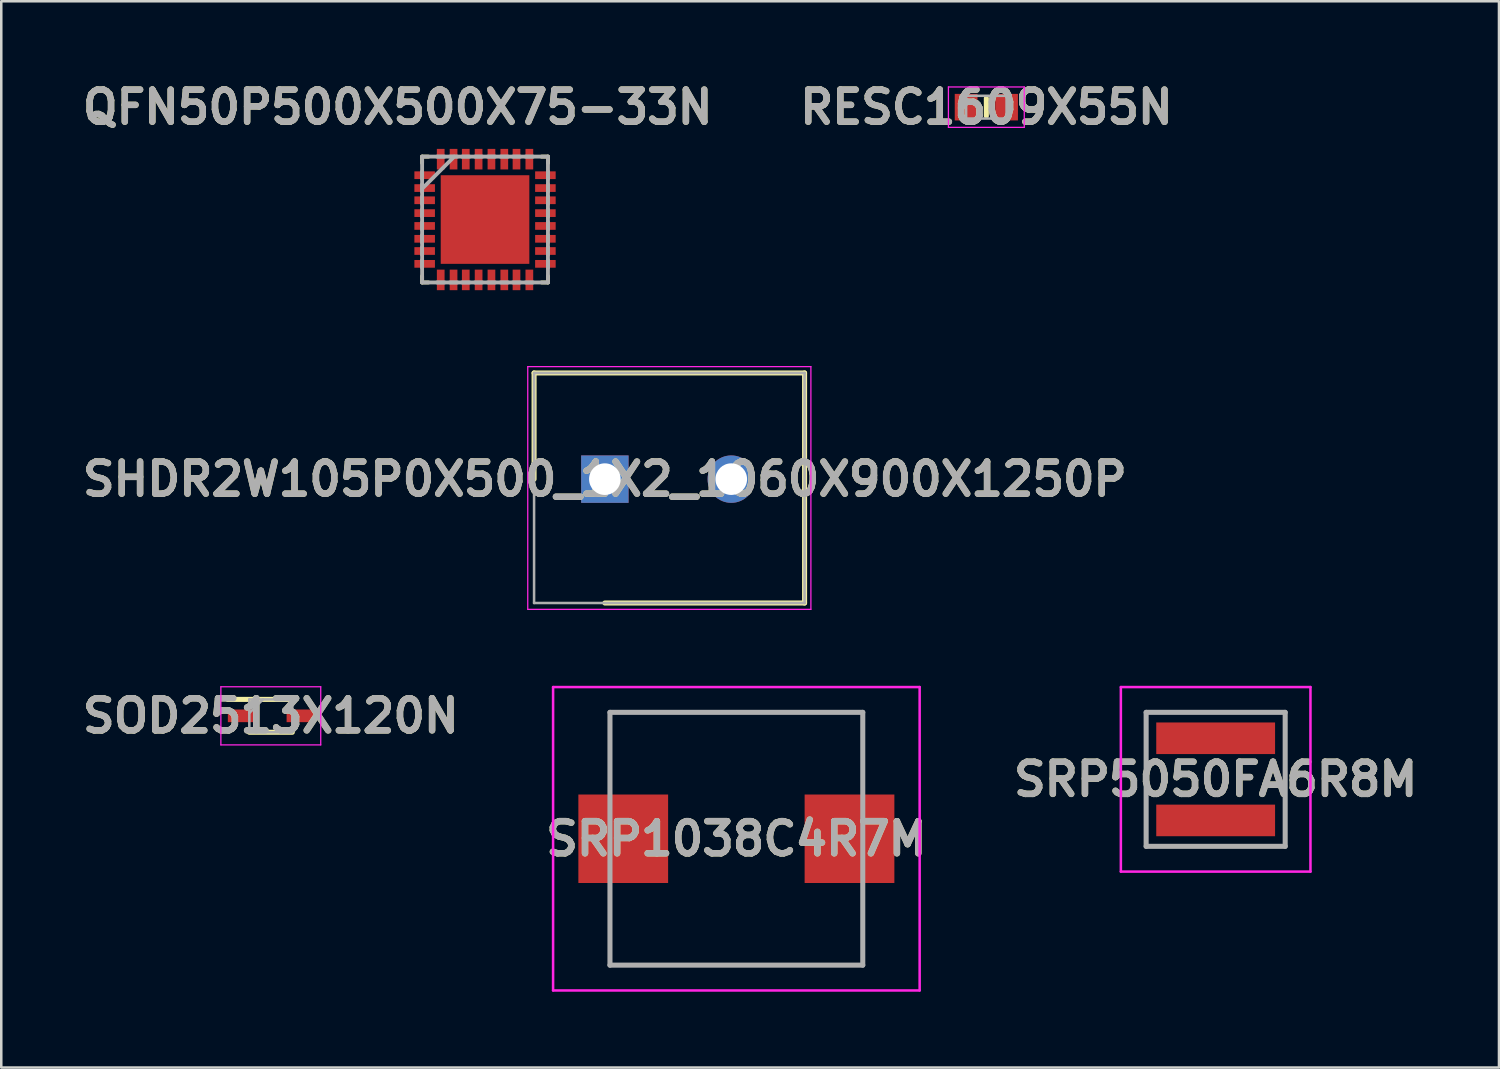
<source format=kicad_pcb>
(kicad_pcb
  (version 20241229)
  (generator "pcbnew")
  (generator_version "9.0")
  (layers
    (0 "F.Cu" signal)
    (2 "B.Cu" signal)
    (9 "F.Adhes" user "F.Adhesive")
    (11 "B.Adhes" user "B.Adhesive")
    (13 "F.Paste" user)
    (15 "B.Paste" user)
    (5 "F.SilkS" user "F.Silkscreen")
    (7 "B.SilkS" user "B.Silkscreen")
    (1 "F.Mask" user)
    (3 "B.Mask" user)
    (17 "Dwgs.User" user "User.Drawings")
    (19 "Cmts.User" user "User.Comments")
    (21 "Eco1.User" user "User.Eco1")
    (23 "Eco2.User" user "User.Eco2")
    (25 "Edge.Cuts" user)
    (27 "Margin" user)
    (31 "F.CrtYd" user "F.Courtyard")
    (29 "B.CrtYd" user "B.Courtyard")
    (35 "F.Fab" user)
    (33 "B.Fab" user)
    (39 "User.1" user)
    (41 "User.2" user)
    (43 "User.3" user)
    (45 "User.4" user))
  (footprint "SHDR2W105P0X500_1X2_1060X900X1250P"
    (layer "F.Cu")
    (at 20.876 15.903)
    (property "Reference" "SHDR2W105P0X500_1X2_1060X900X1250P" (at 0 0 0) (layer "F.SilkS") (effects (font (size 1.27 1.27) (thickness 0.254))))
    (attr through_hole)
    (fp_line (start -2.8 -4.2) (end -2.8 0) (stroke (width 0.2) (type solid)) (layer "F.SilkS"))
    (fp_line (start 0 4.9) (end 7.9 4.9) (stroke (width 0.2) (type solid)) (layer "F.SilkS"))
    (fp_line (start 7.9 -4.2) (end -2.8 -4.2) (stroke (width 0.2) (type solid)) (layer "F.SilkS"))
    (fp_line (start 7.9 4.9) (end 7.9 -4.2) (stroke (width 0.2) (type solid)) (layer "F.SilkS"))
    (fp_line (start -3.05 -4.45) (end 8.15 -4.45) (stroke (width 0.05) (type solid)) (layer "F.CrtYd"))
    (fp_line (start -3.05 5.15) (end -3.05 -4.45) (stroke (width 0.05) (type solid)) (layer "F.CrtYd"))
    (fp_line (start 8.15 -4.45) (end 8.15 5.15) (stroke (width 0.05) (type solid)) (layer "F.CrtYd"))
    (fp_line (start 8.15 5.15) (end -3.05 5.15) (stroke (width 0.05) (type solid)) (layer "F.CrtYd"))
    (fp_line (start -2.8 -4.2) (end 7.9 -4.2) (stroke (width 0.1) (type solid)) (layer "F.Fab"))
    (fp_line (start -2.8 4.9) (end -2.8 -4.2) (stroke (width 0.1) (type solid)) (layer "F.Fab"))
    (fp_line (start 7.9 -4.2) (end 7.9 4.9) (stroke (width 0.1) (type solid)) (layer "F.Fab"))
    (fp_line (start 7.9 4.9) (end -2.8 4.9) (stroke (width 0.1) (type solid)) (layer "F.Fab"))
    (fp_text user "${REFERENCE}" (at 0 0 0) (layer "F.Fab") (effects (font (size 1.27 1.27) (thickness 0.254))))
    (pad "1" thru_hole rect (at 0 0) (size 1.875 1.875) (drill 1.25) (layers "*.Cu" "*.Mask"))
    (pad "2" thru_hole circle (at 5 0) (size 1.875 1.875) (drill 1.25) (layers "*.Cu" "*.Mask")))
  (footprint "SOD2513X120N"
    (layer "F.Cu")
    (at 7.662 25.266)
    (property "Reference" "SOD2513X120N" (at 0 0 0) (layer "F.SilkS") (effects (font (size 1.27 1.27) (thickness 0.254))))
    (attr smd)
    (fp_line (start -1.7 -0.65) (end 0.85 -0.65) (stroke (width 0.2) (type solid)) (layer "F.SilkS"))
    (fp_line (start -0.85 0.65) (end 0.85 0.65) (stroke (width 0.2) (type solid)) (layer "F.SilkS"))
    (fp_line (start -1.975 -1.15) (end 1.975 -1.15) (stroke (width 0.05) (type solid)) (layer "F.CrtYd"))
    (fp_line (start -1.975 1.15) (end -1.975 -1.15) (stroke (width 0.05) (type solid)) (layer "F.CrtYd"))
    (fp_line (start 1.975 -1.15) (end 1.975 1.15) (stroke (width 0.05) (type solid)) (layer "F.CrtYd"))
    (fp_line (start 1.975 1.15) (end -1.975 1.15) (stroke (width 0.05) (type solid)) (layer "F.CrtYd"))
    (fp_line (start -0.85 -0.65) (end 0.85 -0.65) (stroke (width 0.1) (type solid)) (layer "F.Fab"))
    (fp_line (start -0.85 -0.112) (end -0.312 -0.65) (stroke (width 0.1) (type solid)) (layer "F.Fab"))
    (fp_line (start -0.85 0.65) (end -0.85 -0.65) (stroke (width 0.1) (type solid)) (layer "F.Fab"))
    (fp_line (start 0.85 -0.65) (end 0.85 0.65) (stroke (width 0.1) (type solid)) (layer "F.Fab"))
    (fp_line (start 0.85 0.65) (end -0.85 0.65) (stroke (width 0.1) (type solid)) (layer "F.Fab"))
    (fp_text user "${REFERENCE}" (at 0 0 0) (layer "F.Fab") (effects (font (size 1.27 1.27) (thickness 0.254))))
    (pad "1" smd rect (at -1.162 0 90) (size 0.5 1.075) (layers "F.Cu" "F.Mask" "F.Paste"))
    (pad "2" smd rect (at 1.162 0 90) (size 0.5 1.075) (layers "F.Cu" "F.Mask" "F.Paste")))
  (footprint "SRP5050FA6R8M"
    (layer "F.Cu")
    (at 45.037 27.778)
    (property "Reference" "SRP5050FA6R8M" (at 0 0 0) (layer "F.SilkS") (effects (font (size 1.27 1.27) (thickness 0.254))))
    (attr smd)
    (fp_line (start -2.75 -2.65) (end 2.75 -2.65) (stroke (width 0.1) (type solid)) (layer "F.SilkS"))
    (fp_line (start -2.75 2.65) (end -2.75 -2.65) (stroke (width 0.1) (type solid)) (layer "F.SilkS"))
    (fp_line (start 2.75 -2.65) (end 2.75 2.65) (stroke (width 0.1) (type solid)) (layer "F.SilkS"))
    (fp_line (start 2.75 2.65) (end -2.75 2.65) (stroke (width 0.1) (type solid)) (layer "F.SilkS"))
    (fp_line (start -3.75 -3.65) (end 3.75 -3.65) (stroke (width 0.1) (type solid)) (layer "F.CrtYd"))
    (fp_line (start -3.75 3.65) (end -3.75 -3.65) (stroke (width 0.1) (type solid)) (layer "F.CrtYd"))
    (fp_line (start 3.75 -3.65) (end 3.75 3.65) (stroke (width 0.1) (type solid)) (layer "F.CrtYd"))
    (fp_line (start 3.75 3.65) (end -3.75 3.65) (stroke (width 0.1) (type solid)) (layer "F.CrtYd"))
    (fp_line (start -2.75 -2.65) (end 2.75 -2.65) (stroke (width 0.2) (type solid)) (layer "F.Fab"))
    (fp_line (start -2.75 2.65) (end -2.75 -2.65) (stroke (width 0.2) (type solid)) (layer "F.Fab"))
    (fp_line (start 2.75 -2.65) (end 2.75 2.65) (stroke (width 0.2) (type solid)) (layer "F.Fab"))
    (fp_line (start 2.75 2.65) (end -2.75 2.65) (stroke (width 0.2) (type solid)) (layer "F.Fab"))
    (fp_text user "${REFERENCE}" (at 0 0 0) (layer "F.Fab") (effects (font (size 1.27 1.27) (thickness 0.254))))
    (pad "1" smd rect (at 0 -1.625 90) (size 1.25 4.7) (layers "F.Cu" "F.Mask" "F.Paste"))
    (pad "2" smd rect (at 0 1.625 90) (size 1.25 4.7) (layers "F.Cu" "F.Mask" "F.Paste")))
  (footprint "QFN50P500X500X75-33N"
    (layer "F.Cu")
    (at 16.136 5.634)
    (property "Reference" "QFN50P500X500X75-33N" (at -3.454 -4.445 0) (layer "F.SilkS") (effects (font (size 1.27 1.27) (thickness 0.254))))
    (attr smd)
    (fp_line (start -2.489 -2.489) (end -2.489 -2.235) (stroke (width 0.152) (type solid)) (layer "F.SilkS"))
    (fp_line (start -2.489 2.235) (end -2.489 2.489) (stroke (width 0.152) (type solid)) (layer "F.SilkS"))
    (fp_line (start -2.489 2.489) (end -2.235 2.489) (stroke (width 0.152) (type solid)) (layer "F.SilkS"))
    (fp_line (start -2.235 -2.489) (end -2.489 -2.489) (stroke (width 0.152) (type solid)) (layer "F.SilkS"))
    (fp_line (start 2.235 2.489) (end 2.489 2.489) (stroke (width 0.152) (type solid)) (layer "F.SilkS"))
    (fp_line (start 2.489 -2.489) (end 2.235 -2.489) (stroke (width 0.152) (type solid)) (layer "F.SilkS"))
    (fp_line (start 2.489 -2.235) (end 2.489 -2.489) (stroke (width 0.152) (type solid)) (layer "F.SilkS"))
    (fp_line (start 2.489 2.489) (end 2.489 2.235) (stroke (width 0.152) (type solid)) (layer "F.SilkS"))
    (fp_line (start -2.489 -2.489) (end -2.489 2.489) (stroke (width 0.152) (type solid)) (layer "F.Fab"))
    (fp_line (start -2.489 -1.905) (end -2.489 -1.6) (stroke (width 0.152) (type solid)) (layer "F.Fab"))
    (fp_line (start -2.489 -1.397) (end -2.489 -1.092) (stroke (width 0.152) (type solid)) (layer "F.Fab"))
    (fp_line (start -2.489 -1.219) (end -1.219 -2.489) (stroke (width 0.152) (type solid)) (layer "F.Fab"))
    (fp_line (start -2.489 -0.914) (end -2.489 -0.61) (stroke (width 0.152) (type solid)) (layer "F.Fab"))
    (fp_line (start -2.489 -0.406) (end -2.489 -0.102) (stroke (width 0.152) (type solid)) (layer "F.Fab"))
    (fp_line (start -2.489 0.102) (end -2.489 0.406) (stroke (width 0.152) (type solid)) (layer "F.Fab"))
    (fp_line (start -2.489 0.61) (end -2.489 0.914) (stroke (width 0.152) (type solid)) (layer "F.Fab"))
    (fp_line (start -2.489 1.092) (end -2.489 1.397) (stroke (width 0.152) (type solid)) (layer "F.Fab"))
    (fp_line (start -2.489 1.6) (end -2.489 1.905) (stroke (width 0.152) (type solid)) (layer "F.Fab"))
    (fp_line (start -2.489 2.489) (end 2.489 2.489) (stroke (width 0.152) (type solid)) (layer "F.Fab"))
    (fp_line (start -1.905 2.489) (end -1.6 2.489) (stroke (width 0.152) (type solid)) (layer "F.Fab"))
    (fp_line (start -1.6 -2.489) (end -1.905 -2.489) (stroke (width 0.152) (type solid)) (layer "F.Fab"))
    (fp_line (start -1.397 2.489) (end -1.092 2.489) (stroke (width 0.152) (type solid)) (layer "F.Fab"))
    (fp_line (start -1.092 -2.489) (end -1.397 -2.489) (stroke (width 0.152) (type solid)) (layer "F.Fab"))
    (fp_line (start -0.914 2.489) (end -0.61 2.489) (stroke (width 0.152) (type solid)) (layer "F.Fab"))
    (fp_line (start -0.61 -2.489) (end -0.914 -2.489) (stroke (width 0.152) (type solid)) (layer "F.Fab"))
    (fp_line (start -0.406 2.489) (end -0.102 2.489) (stroke (width 0.152) (type solid)) (layer "F.Fab"))
    (fp_line (start -0.102 -2.489) (end -0.406 -2.489) (stroke (width 0.152) (type solid)) (layer "F.Fab"))
    (fp_line (start 0.102 2.489) (end 0.406 2.489) (stroke (width 0.152) (type solid)) (layer "F.Fab"))
    (fp_line (start 0.406 -2.489) (end 0.102 -2.489) (stroke (width 0.152) (type solid)) (layer "F.Fab"))
    (fp_line (start 0.61 2.489) (end 0.914 2.489) (stroke (width 0.152) (type solid)) (layer "F.Fab"))
    (fp_line (start 0.914 -2.489) (end 0.61 -2.489) (stroke (width 0.152) (type solid)) (layer "F.Fab"))
    (fp_line (start 1.092 2.489) (end 1.397 2.489) (stroke (width 0.152) (type solid)) (layer "F.Fab"))
    (fp_line (start 1.397 -2.489) (end 1.092 -2.489) (stroke (width 0.152) (type solid)) (layer "F.Fab"))
    (fp_line (start 1.6 2.489) (end 1.905 2.489) (stroke (width 0.152) (type solid)) (layer "F.Fab"))
    (fp_line (start 1.905 -2.489) (end 1.6 -2.489) (stroke (width 0.152) (type solid)) (layer "F.Fab"))
    (fp_line (start 2.489 -2.489) (end -2.489 -2.489) (stroke (width 0.152) (type solid)) (layer "F.Fab"))
    (fp_line (start 2.489 -1.6) (end 2.489 -1.905) (stroke (width 0.152) (type solid)) (layer "F.Fab"))
    (fp_line (start 2.489 -1.092) (end 2.489 -1.397) (stroke (width 0.152) (type solid)) (layer "F.Fab"))
    (fp_line (start 2.489 -0.61) (end 2.489 -0.914) (stroke (width 0.152) (type solid)) (layer "F.Fab"))
    (fp_line (start 2.489 -0.102) (end 2.489 -0.406) (stroke (width 0.152) (type solid)) (layer "F.Fab"))
    (fp_line (start 2.489 0.406) (end 2.489 0.102) (stroke (width 0.152) (type solid)) (layer "F.Fab"))
    (fp_line (start 2.489 0.914) (end 2.489 0.61) (stroke (width 0.152) (type solid)) (layer "F.Fab"))
    (fp_line (start 2.489 1.397) (end 2.489 1.092) (stroke (width 0.152) (type solid)) (layer "F.Fab"))
    (fp_line (start 2.489 1.905) (end 2.489 1.6) (stroke (width 0.152) (type solid)) (layer "F.Fab"))
    (fp_line (start 2.489 2.489) (end 2.489 -2.489) (stroke (width 0.152) (type solid)) (layer "F.Fab"))
    (fp_text user "${REFERENCE}" (at -3.454 -4.445 0) (layer "F.Fab") (effects (font (size 1.27 1.27) (thickness 0.254))))
    (pad "1" smd rect (at -2.388 -1.753 90) (size 0.305 0.813) (layers "F.Cu" "F.Mask" "F.Paste"))
    (pad "2" smd rect (at -2.388 -1.245 90) (size 0.305 0.813) (layers "F.Cu" "F.Mask" "F.Paste"))
    (pad "3" smd rect (at -2.388 -0.762 90) (size 0.305 0.813) (layers "F.Cu" "F.Mask" "F.Paste"))
    (pad "4" smd rect (at -2.388 -0.254 90) (size 0.305 0.813) (layers "F.Cu" "F.Mask" "F.Paste"))
    (pad "5" smd rect (at -2.388 0.254 90) (size 0.305 0.813) (layers "F.Cu" "F.Mask" "F.Paste"))
    (pad "6" smd rect (at -2.388 0.762 90) (size 0.305 0.813) (layers "F.Cu" "F.Mask" "F.Paste"))
    (pad "7" smd rect (at -2.388 1.245 90) (size 0.305 0.813) (layers "F.Cu" "F.Mask" "F.Paste"))
    (pad "8" smd rect (at -2.388 1.753 90) (size 0.305 0.813) (layers "F.Cu" "F.Mask" "F.Paste"))
    (pad "9" smd rect (at -1.753 2.388) (size 0.305 0.813) (layers "F.Cu" "F.Mask" "F.Paste"))
    (pad "10" smd rect (at -1.245 2.388) (size 0.305 0.813) (layers "F.Cu" "F.Mask" "F.Paste"))
    (pad "11" smd rect (at -0.762 2.388) (size 0.305 0.813) (layers "F.Cu" "F.Mask" "F.Paste"))
    (pad "12" smd rect (at -0.254 2.388) (size 0.305 0.813) (layers "F.Cu" "F.Mask" "F.Paste"))
    (pad "13" smd rect (at 0.254 2.388) (size 0.305 0.813) (layers "F.Cu" "F.Mask" "F.Paste"))
    (pad "14" smd rect (at 0.762 2.388) (size 0.305 0.813) (layers "F.Cu" "F.Mask" "F.Paste"))
    (pad "15" smd rect (at 1.245 2.388) (size 0.305 0.813) (layers "F.Cu" "F.Mask" "F.Paste"))
    (pad "16" smd rect (at 1.753 2.388) (size 0.305 0.813) (layers "F.Cu" "F.Mask" "F.Paste"))
    (pad "17" smd rect (at 2.388 1.753 90) (size 0.305 0.813) (layers "F.Cu" "F.Mask" "F.Paste"))
    (pad "18" smd rect (at 2.388 1.245 90) (size 0.305 0.813) (layers "F.Cu" "F.Mask" "F.Paste"))
    (pad "19" smd rect (at 2.388 0.762 90) (size 0.305 0.813) (layers "F.Cu" "F.Mask" "F.Paste"))
    (pad "20" smd rect (at 2.388 0.254 90) (size 0.305 0.813) (layers "F.Cu" "F.Mask" "F.Paste"))
    (pad "21" smd rect (at 2.388 -0.254 90) (size 0.305 0.813) (layers "F.Cu" "F.Mask" "F.Paste"))
    (pad "22" smd rect (at 2.388 -0.762 90) (size 0.305 0.813) (layers "F.Cu" "F.Mask" "F.Paste"))
    (pad "23" smd rect (at 2.388 -1.245 90) (size 0.305 0.813) (layers "F.Cu" "F.Mask" "F.Paste"))
    (pad "24" smd rect (at 2.388 -1.753 90) (size 0.305 0.813) (layers "F.Cu" "F.Mask" "F.Paste"))
    (pad "25" smd rect (at 1.753 -2.388) (size 0.305 0.813) (layers "F.Cu" "F.Mask" "F.Paste"))
    (pad "26" smd rect (at 1.245 -2.388) (size 0.305 0.813) (layers "F.Cu" "F.Mask" "F.Paste"))
    (pad "27" smd rect (at 0.762 -2.388) (size 0.305 0.813) (layers "F.Cu" "F.Mask" "F.Paste"))
    (pad "28" smd rect (at 0.254 -2.388) (size 0.305 0.813) (layers "F.Cu" "F.Mask" "F.Paste"))
    (pad "29" smd rect (at -0.254 -2.388) (size 0.305 0.813) (layers "F.Cu" "F.Mask" "F.Paste"))
    (pad "30" smd rect (at -0.762 -2.388) (size 0.305 0.813) (layers "F.Cu" "F.Mask" "F.Paste"))
    (pad "31" smd rect (at -1.245 -2.388) (size 0.305 0.813) (layers "F.Cu" "F.Mask" "F.Paste"))
    (pad "32" smd rect (at -1.753 -2.388) (size 0.305 0.813) (layers "F.Cu" "F.Mask" "F.Paste"))
    (pad "33" smd rect (at 0 0 90) (size 3.505 3.505) (layers "F.Cu" "F.Mask" "F.Paste")))
  (footprint "RESC1609X55N"
    (layer "F.Cu")
    (at 35.966 1.189)
    (property "Reference" "RESC1609X55N" (at 0 0 0) (layer "F.SilkS") (effects (font (size 1.27 1.27) (thickness 0.254))))
    (attr smd)
    (fp_line (start 0 -0.35) (end 0 0.35) (stroke (width 0.2) (type solid)) (layer "F.SilkS"))
    (fp_line (start -1.5 -0.8) (end 1.5 -0.8) (stroke (width 0.05) (type solid)) (layer "F.CrtYd"))
    (fp_line (start -1.5 0.8) (end -1.5 -0.8) (stroke (width 0.05) (type solid)) (layer "F.CrtYd"))
    (fp_line (start 1.5 -0.8) (end 1.5 0.8) (stroke (width 0.05) (type solid)) (layer "F.CrtYd"))
    (fp_line (start 1.5 0.8) (end -1.5 0.8) (stroke (width 0.05) (type solid)) (layer "F.CrtYd"))
    (fp_line (start -0.8 -0.45) (end 0.8 -0.45) (stroke (width 0.1) (type solid)) (layer "F.Fab"))
    (fp_line (start -0.8 0.45) (end -0.8 -0.45) (stroke (width 0.1) (type solid)) (layer "F.Fab"))
    (fp_line (start 0.8 -0.45) (end 0.8 0.45) (stroke (width 0.1) (type solid)) (layer "F.Fab"))
    (fp_line (start 0.8 0.45) (end -0.8 0.45) (stroke (width 0.1) (type solid)) (layer "F.Fab"))
    (fp_text user "${REFERENCE}" (at 0 0 0) (layer "F.Fab") (effects (font (size 1.27 1.27) (thickness 0.254))))
    (pad "1" smd rect (at -0.8 0) (size 0.9 1.05) (layers "F.Cu" "F.Mask" "F.Paste"))
    (pad "2" smd rect (at 0.8 0) (size 0.9 1.05) (layers "F.Cu" "F.Mask" "F.Paste")))
  (footprint "SRP1038C4R7M"
    (layer "F.Cu")
    (at 26.078 30.128)
    (property "Reference" "SRP1038C4R7M" (at 0 0 0) (layer "F.SilkS") (effects (font (size 1.27 1.27) (thickness 0.254))))
    (attr smd)
    (fp_line (start -5 -5) (end 5 -5) (stroke (width 0.1) (type solid)) (layer "F.SilkS"))
    (fp_line (start -5 -2) (end -5 -5) (stroke (width 0.1) (type solid)) (layer "F.SilkS"))
    (fp_line (start -5 2) (end -5 5) (stroke (width 0.1) (type solid)) (layer "F.SilkS"))
    (fp_line (start -5 5) (end 5 5) (stroke (width 0.1) (type solid)) (layer "F.SilkS"))
    (fp_line (start 5 -5) (end 5 -2) (stroke (width 0.1) (type solid)) (layer "F.SilkS"))
    (fp_line (start 5 5) (end 5 2) (stroke (width 0.1) (type solid)) (layer "F.SilkS"))
    (fp_line (start -7.25 -6) (end 7.25 -6) (stroke (width 0.1) (type solid)) (layer "F.CrtYd"))
    (fp_line (start -7.25 6) (end -7.25 -6) (stroke (width 0.1) (type solid)) (layer "F.CrtYd"))
    (fp_line (start 7.25 -6) (end 7.25 6) (stroke (width 0.1) (type solid)) (layer "F.CrtYd"))
    (fp_line (start 7.25 6) (end -7.25 6) (stroke (width 0.1) (type solid)) (layer "F.CrtYd"))
    (fp_line (start -5 -5) (end 5 -5) (stroke (width 0.2) (type solid)) (layer "F.Fab"))
    (fp_line (start -5 5) (end -5 -5) (stroke (width 0.2) (type solid)) (layer "F.Fab"))
    (fp_line (start 5 -5) (end 5 5) (stroke (width 0.2) (type solid)) (layer "F.Fab"))
    (fp_line (start 5 5) (end -5 5) (stroke (width 0.2) (type solid)) (layer "F.Fab"))
    (fp_text user "${REFERENCE}" (at 0 0 0) (layer "F.Fab") (effects (font (size 1.27 1.27) (thickness 0.254))))
    (pad "1" smd rect (at -4.475 0 90) (size 3.5 3.55) (layers "F.Cu" "F.Mask" "F.Paste"))
    (pad "2" smd rect (at 4.475 0 90) (size 3.5 3.55) (layers "F.Cu" "F.Mask" "F.Paste")))
  (gr_rect
    (start -3 -3)
    (end 56.244 39.178)
    (stroke (width 0.1) (type default))
    (fill no)
    (layer "Edge.Cuts")))
</source>
